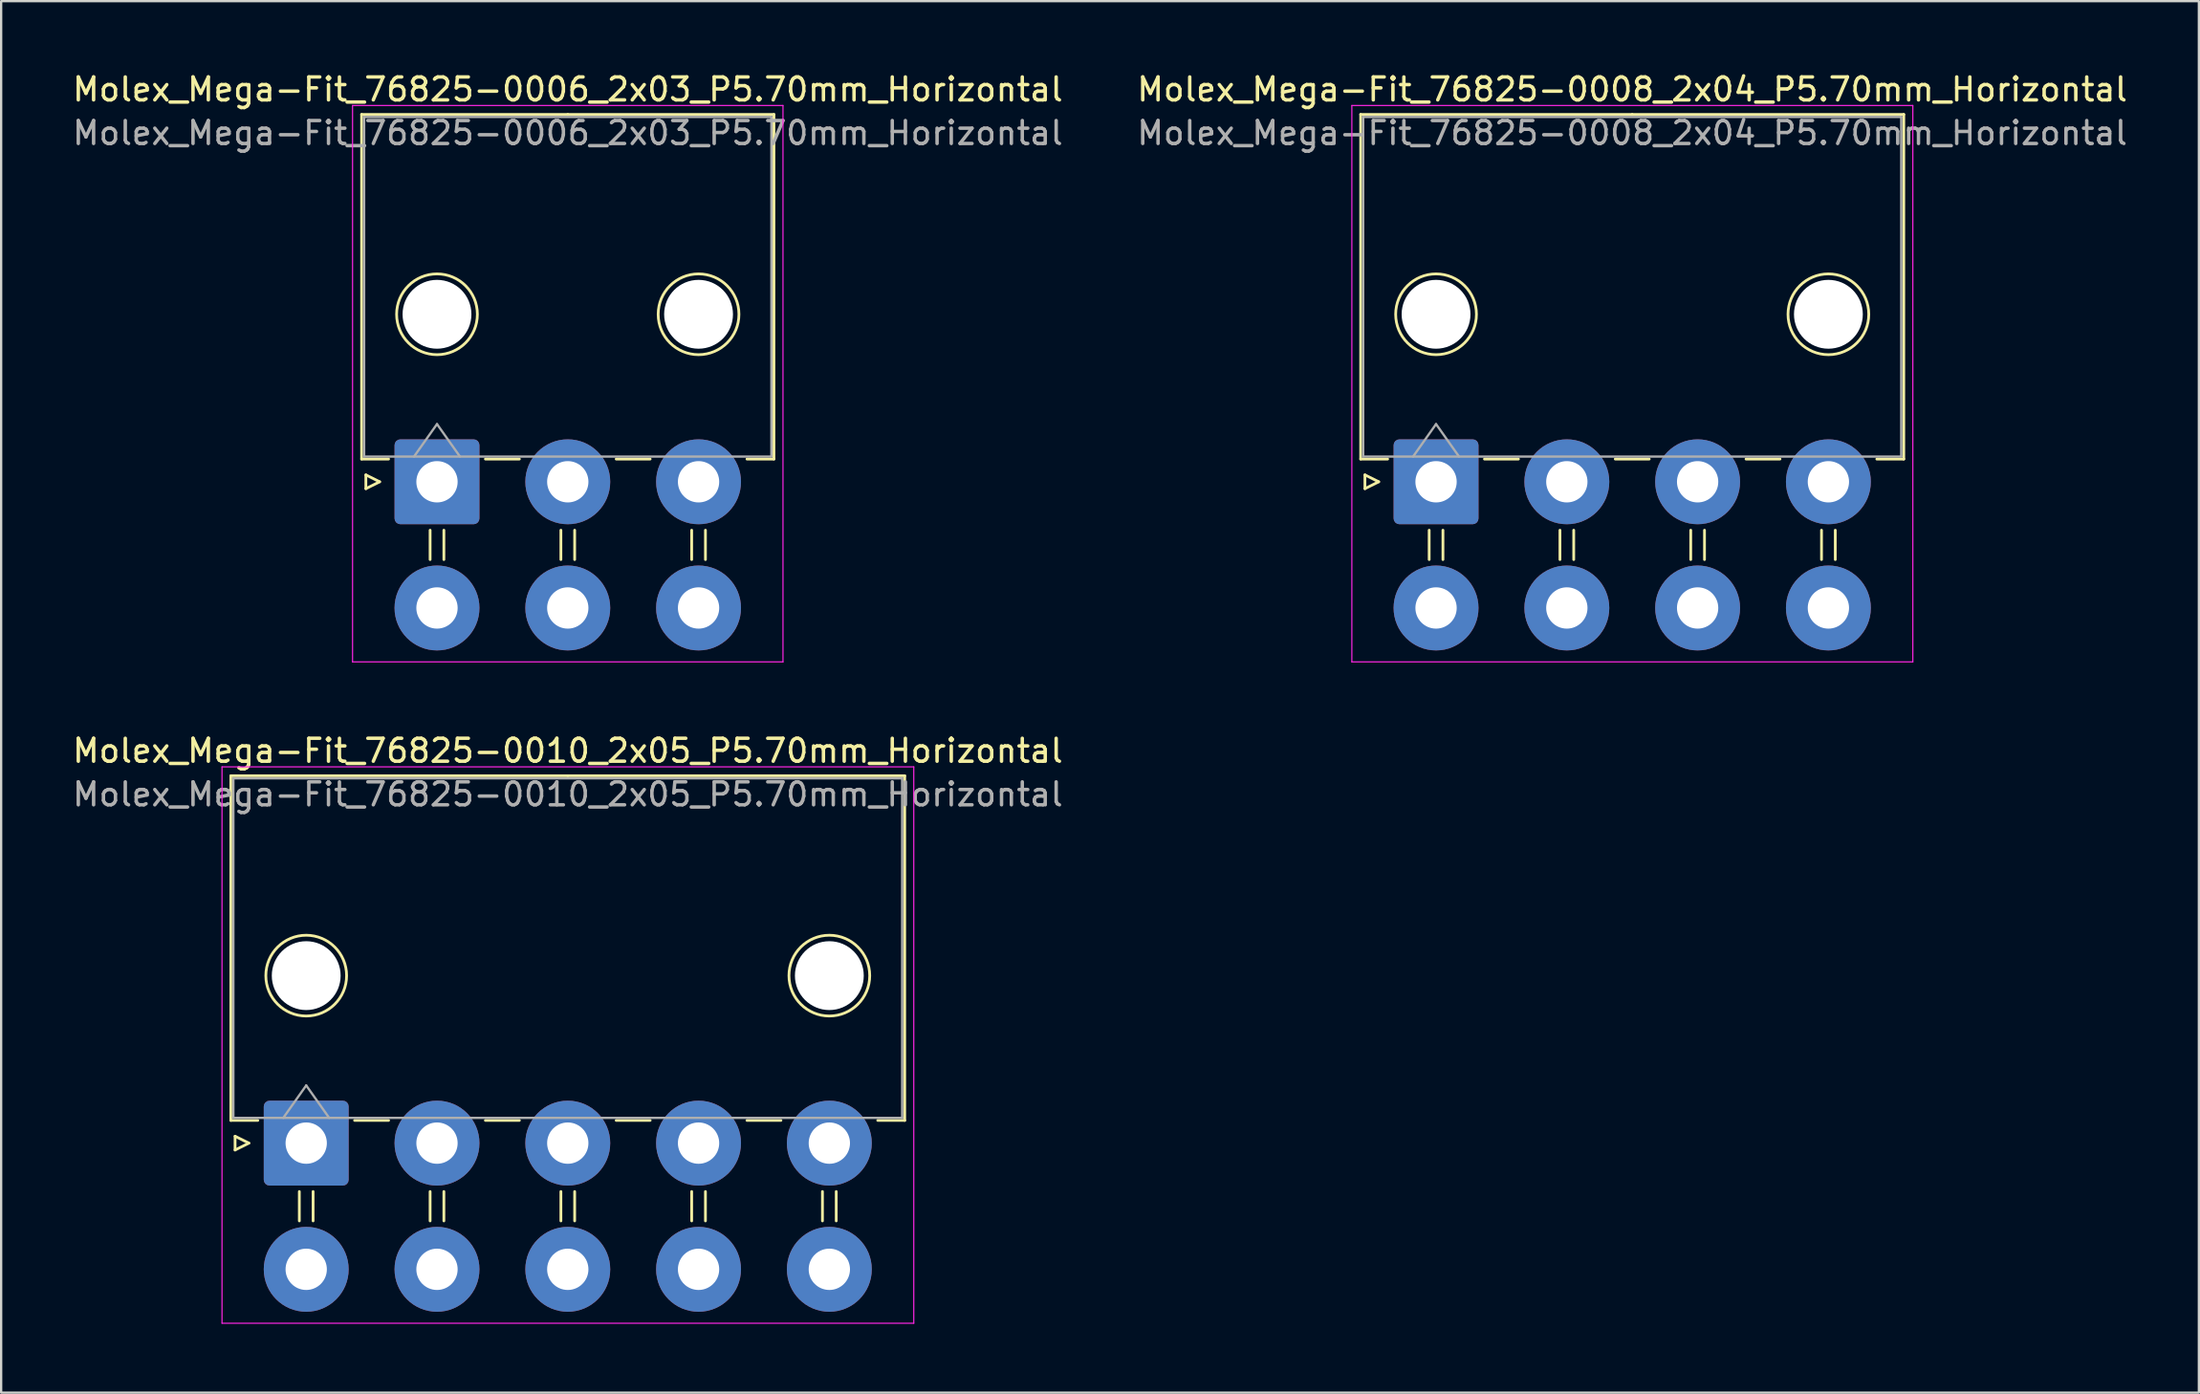
<source format=kicad_pcb>
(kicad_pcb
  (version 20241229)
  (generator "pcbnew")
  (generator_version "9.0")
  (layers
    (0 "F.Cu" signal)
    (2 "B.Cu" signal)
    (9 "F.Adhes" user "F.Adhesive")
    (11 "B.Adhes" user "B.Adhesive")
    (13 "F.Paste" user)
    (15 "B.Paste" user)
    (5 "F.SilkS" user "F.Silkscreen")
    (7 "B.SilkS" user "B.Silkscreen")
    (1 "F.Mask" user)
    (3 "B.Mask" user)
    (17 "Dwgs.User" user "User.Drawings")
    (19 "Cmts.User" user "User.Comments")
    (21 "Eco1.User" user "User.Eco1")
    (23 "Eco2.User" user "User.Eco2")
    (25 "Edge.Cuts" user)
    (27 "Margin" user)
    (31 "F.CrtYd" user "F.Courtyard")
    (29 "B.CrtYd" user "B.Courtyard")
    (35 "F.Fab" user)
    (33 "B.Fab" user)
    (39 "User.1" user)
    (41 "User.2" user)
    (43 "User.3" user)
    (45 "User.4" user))
  (footprint "Molex_Mega-Fit_76825-0006_2x03_P5.70mm_Horizontal"
    (layer "F.Cu")
    (at 15.996 17.948)
    (property "Reference" "Molex_Mega-Fit_76825-0006_2x03_P5.70mm_Horizontal" (at 5.7 -17.1 0) (layer "F.SilkS") (effects (font (size 1 1) (thickness 0.15))))
    (attr through_hole)
    (fp_line (start -3.285 -16.01) (end -3.285 -0.99) (stroke (width 0.12) (type solid)) (layer "F.SilkS"))
    (fp_line (start -3.285 -0.99) (end -2.11 -0.99) (stroke (width 0.12) (type solid)) (layer "F.SilkS"))
    (fp_line (start -3.1 -0.3) (end -2.5 0) (stroke (width 0.12) (type solid)) (layer "F.SilkS"))
    (fp_line (start -3.1 0.3) (end -3.1 -0.3) (stroke (width 0.12) (type solid)) (layer "F.SilkS"))
    (fp_line (start -2.5 0) (end -3.1 0.3) (stroke (width 0.12) (type solid)) (layer "F.SilkS"))
    (fp_line (start -0.3 2.11) (end -0.3 3.39) (stroke (width 0.12) (type solid)) (layer "F.SilkS"))
    (fp_line (start 0.3 2.11) (end 0.3 3.39) (stroke (width 0.12) (type solid)) (layer "F.SilkS"))
    (fp_line (start 2.11 -0.99) (end 3.59 -0.99) (stroke (width 0.12) (type solid)) (layer "F.SilkS"))
    (fp_line (start 5.4 2.11) (end 5.4 3.39) (stroke (width 0.12) (type solid)) (layer "F.SilkS"))
    (fp_line (start 5.7 -16.01) (end -3.285 -16.01) (stroke (width 0.12) (type solid)) (layer "F.SilkS"))
    (fp_line (start 5.7 -16.01) (end 14.685 -16.01) (stroke (width 0.12) (type solid)) (layer "F.SilkS"))
    (fp_line (start 6 2.11) (end 6 3.39) (stroke (width 0.12) (type solid)) (layer "F.SilkS"))
    (fp_line (start 7.81 -0.99) (end 9.29 -0.99) (stroke (width 0.12) (type solid)) (layer "F.SilkS"))
    (fp_line (start 11.1 2.11) (end 11.1 3.39) (stroke (width 0.12) (type solid)) (layer "F.SilkS"))
    (fp_line (start 11.7 2.11) (end 11.7 3.39) (stroke (width 0.12) (type solid)) (layer "F.SilkS"))
    (fp_line (start 14.685 -16.01) (end 14.685 -0.99) (stroke (width 0.12) (type solid)) (layer "F.SilkS"))
    (fp_line (start 14.685 -0.99) (end 13.51 -0.99) (stroke (width 0.12) (type solid)) (layer "F.SilkS"))
    (fp_circle (center 0 -7.3) (end 1.76 -7.3) (stroke (width 0.12) (type solid)) (fill no) (layer "F.SilkS"))
    (fp_circle (center 11.4 -7.3) (end 13.16 -7.3) (stroke (width 0.12) (type solid)) (fill no) (layer "F.SilkS"))
    (fp_line (start -3.68 -16.4) (end -3.68 7.85) (stroke (width 0.05) (type solid)) (layer "F.CrtYd"))
    (fp_line (start -3.68 7.85) (end 15.08 7.85) (stroke (width 0.05) (type solid)) (layer "F.CrtYd"))
    (fp_line (start 15.08 -16.4) (end -3.68 -16.4) (stroke (width 0.05) (type solid)) (layer "F.CrtYd"))
    (fp_line (start 15.08 7.85) (end 15.08 -16.4) (stroke (width 0.05) (type solid)) (layer "F.CrtYd"))
    (fp_line (start -3.175 -15.9) (end -3.175 -1.1) (stroke (width 0.1) (type solid)) (layer "F.Fab"))
    (fp_line (start -3.175 -1.1) (end 14.575 -1.1) (stroke (width 0.1) (type solid)) (layer "F.Fab"))
    (fp_line (start -1 -1.1) (end 0 -2.514) (stroke (width 0.1) (type solid)) (layer "F.Fab"))
    (fp_line (start 0 -2.514) (end 1 -1.1) (stroke (width 0.1) (type solid)) (layer "F.Fab"))
    (fp_line (start 14.575 -15.9) (end -3.175 -15.9) (stroke (width 0.1) (type solid)) (layer "F.Fab"))
    (fp_line (start 14.575 -1.1) (end 14.575 -15.9) (stroke (width 0.1) (type solid)) (layer "F.Fab"))
    (fp_text user "${REFERENCE}" (at 5.7 -15.2 0) (layer "F.Fab") (effects (font (size 1 1) (thickness 0.15))))
    (pad "" np_thru_hole circle (at 0 -7.3) (size 3 3) (drill 3) (layers "*.Cu" "*.Mask"))
    (pad "" np_thru_hole circle (at 11.4 -7.3) (size 3 3) (drill 3) (layers "*.Cu" "*.Mask"))
    (pad "1" thru_hole roundrect (at 0 0) (size 3.7 3.7) (drill 1.8) (layers "*.Cu" "*.Mask") (roundrect_rratio 0.068))
    (pad "2" thru_hole circle (at 5.7 0) (size 3.7 3.7) (drill 1.8) (layers "*.Cu" "*.Mask"))
    (pad "3" thru_hole circle (at 11.4 0) (size 3.7 3.7) (drill 1.8) (layers "*.Cu" "*.Mask"))
    (pad "4" thru_hole circle (at 0 5.5) (size 3.7 3.7) (drill 1.8) (layers "*.Cu" "*.Mask"))
    (pad "5" thru_hole circle (at 5.7 5.5) (size 3.7 3.7) (drill 1.8) (layers "*.Cu" "*.Mask"))
    (pad "6" thru_hole circle (at 11.4 5.5) (size 3.7 3.7) (drill 1.8) (layers "*.Cu" "*.Mask")))
  (footprint "Molex_Mega-Fit_76825-0010_2x05_P5.70mm_Horizontal"
    (layer "F.Cu")
    (at 10.296 46.772)
    (property "Reference" "Molex_Mega-Fit_76825-0010_2x05_P5.70mm_Horizontal" (at 11.4 -17.1 0) (layer "F.SilkS") (effects (font (size 1 1) (thickness 0.15))))
    (attr through_hole)
    (fp_line (start -3.285 -16.01) (end -3.285 -0.99) (stroke (width 0.12) (type solid)) (layer "F.SilkS"))
    (fp_line (start -3.285 -0.99) (end -2.11 -0.99) (stroke (width 0.12) (type solid)) (layer "F.SilkS"))
    (fp_line (start -3.1 -0.3) (end -2.5 0) (stroke (width 0.12) (type solid)) (layer "F.SilkS"))
    (fp_line (start -3.1 0.3) (end -3.1 -0.3) (stroke (width 0.12) (type solid)) (layer "F.SilkS"))
    (fp_line (start -2.5 0) (end -3.1 0.3) (stroke (width 0.12) (type solid)) (layer "F.SilkS"))
    (fp_line (start -0.3 2.11) (end -0.3 3.39) (stroke (width 0.12) (type solid)) (layer "F.SilkS"))
    (fp_line (start 0.3 2.11) (end 0.3 3.39) (stroke (width 0.12) (type solid)) (layer "F.SilkS"))
    (fp_line (start 2.11 -0.99) (end 3.59 -0.99) (stroke (width 0.12) (type solid)) (layer "F.SilkS"))
    (fp_line (start 5.4 2.11) (end 5.4 3.39) (stroke (width 0.12) (type solid)) (layer "F.SilkS"))
    (fp_line (start 6 2.11) (end 6 3.39) (stroke (width 0.12) (type solid)) (layer "F.SilkS"))
    (fp_line (start 7.81 -0.99) (end 9.29 -0.99) (stroke (width 0.12) (type solid)) (layer "F.SilkS"))
    (fp_line (start 11.1 2.11) (end 11.1 3.39) (stroke (width 0.12) (type solid)) (layer "F.SilkS"))
    (fp_line (start 11.4 -16.01) (end -3.285 -16.01) (stroke (width 0.12) (type solid)) (layer "F.SilkS"))
    (fp_line (start 11.4 -16.01) (end 26.085 -16.01) (stroke (width 0.12) (type solid)) (layer "F.SilkS"))
    (fp_line (start 11.7 2.11) (end 11.7 3.39) (stroke (width 0.12) (type solid)) (layer "F.SilkS"))
    (fp_line (start 13.51 -0.99) (end 14.99 -0.99) (stroke (width 0.12) (type solid)) (layer "F.SilkS"))
    (fp_line (start 16.8 2.11) (end 16.8 3.39) (stroke (width 0.12) (type solid)) (layer "F.SilkS"))
    (fp_line (start 17.4 2.11) (end 17.4 3.39) (stroke (width 0.12) (type solid)) (layer "F.SilkS"))
    (fp_line (start 19.21 -0.99) (end 20.69 -0.99) (stroke (width 0.12) (type solid)) (layer "F.SilkS"))
    (fp_line (start 22.5 2.11) (end 22.5 3.39) (stroke (width 0.12) (type solid)) (layer "F.SilkS"))
    (fp_line (start 23.1 2.11) (end 23.1 3.39) (stroke (width 0.12) (type solid)) (layer "F.SilkS"))
    (fp_line (start 26.085 -16.01) (end 26.085 -0.99) (stroke (width 0.12) (type solid)) (layer "F.SilkS"))
    (fp_line (start 26.085 -0.99) (end 24.91 -0.99) (stroke (width 0.12) (type solid)) (layer "F.SilkS"))
    (fp_circle (center 0 -7.3) (end 1.76 -7.3) (stroke (width 0.12) (type solid)) (fill no) (layer "F.SilkS"))
    (fp_circle (center 22.8 -7.3) (end 24.56 -7.3) (stroke (width 0.12) (type solid)) (fill no) (layer "F.SilkS"))
    (fp_line (start -3.67 -16.4) (end -3.67 7.85) (stroke (width 0.05) (type solid)) (layer "F.CrtYd"))
    (fp_line (start -3.67 7.85) (end 26.48 7.85) (stroke (width 0.05) (type solid)) (layer "F.CrtYd"))
    (fp_line (start 26.48 -16.4) (end -3.67 -16.4) (stroke (width 0.05) (type solid)) (layer "F.CrtYd"))
    (fp_line (start 26.48 7.85) (end 26.48 -16.4) (stroke (width 0.05) (type solid)) (layer "F.CrtYd"))
    (fp_line (start -3.175 -15.9) (end -3.175 -1.1) (stroke (width 0.1) (type solid)) (layer "F.Fab"))
    (fp_line (start -3.175 -1.1) (end 25.975 -1.1) (stroke (width 0.1) (type solid)) (layer "F.Fab"))
    (fp_line (start -1 -1.1) (end 0 -2.514) (stroke (width 0.1) (type solid)) (layer "F.Fab"))
    (fp_line (start 0 -2.514) (end 1 -1.1) (stroke (width 0.1) (type solid)) (layer "F.Fab"))
    (fp_line (start 25.975 -15.9) (end -3.175 -15.9) (stroke (width 0.1) (type solid)) (layer "F.Fab"))
    (fp_line (start 25.975 -1.1) (end 25.975 -15.9) (stroke (width 0.1) (type solid)) (layer "F.Fab"))
    (fp_text user "${REFERENCE}" (at 11.4 -15.2 0) (layer "F.Fab") (effects (font (size 1 1) (thickness 0.15))))
    (pad "" np_thru_hole circle (at 0 -7.3) (size 3 3) (drill 3) (layers "*.Cu" "*.Mask"))
    (pad "" np_thru_hole circle (at 22.8 -7.3) (size 3 3) (drill 3) (layers "*.Cu" "*.Mask"))
    (pad "1" thru_hole roundrect (at 0 0) (size 3.7 3.7) (drill 1.8) (layers "*.Cu" "*.Mask") (roundrect_rratio 0.068))
    (pad "2" thru_hole circle (at 5.7 0) (size 3.7 3.7) (drill 1.8) (layers "*.Cu" "*.Mask"))
    (pad "3" thru_hole circle (at 11.4 0) (size 3.7 3.7) (drill 1.8) (layers "*.Cu" "*.Mask"))
    (pad "4" thru_hole circle (at 17.1 0) (size 3.7 3.7) (drill 1.8) (layers "*.Cu" "*.Mask"))
    (pad "5" thru_hole circle (at 22.8 0) (size 3.7 3.7) (drill 1.8) (layers "*.Cu" "*.Mask"))
    (pad "6" thru_hole circle (at 0 5.5) (size 3.7 3.7) (drill 1.8) (layers "*.Cu" "*.Mask"))
    (pad "7" thru_hole circle (at 5.7 5.5) (size 3.7 3.7) (drill 1.8) (layers "*.Cu" "*.Mask"))
    (pad "8" thru_hole circle (at 11.4 5.5) (size 3.7 3.7) (drill 1.8) (layers "*.Cu" "*.Mask"))
    (pad "9" thru_hole circle (at 17.1 5.5) (size 3.7 3.7) (drill 1.8) (layers "*.Cu" "*.Mask"))
    (pad "10" thru_hole circle (at 22.8 5.5) (size 3.7 3.7) (drill 1.8) (layers "*.Cu" "*.Mask")))
  (footprint "Molex_Mega-Fit_76825-0008_2x04_P5.70mm_Horizontal"
    (layer "F.Cu")
    (at 59.539 17.948)
    (property "Reference" "Molex_Mega-Fit_76825-0008_2x04_P5.70mm_Horizontal" (at 8.55 -17.1 0) (layer "F.SilkS") (effects (font (size 1 1) (thickness 0.15))))
    (attr through_hole)
    (fp_line (start -3.285 -16.01) (end -3.285 -0.99) (stroke (width 0.12) (type solid)) (layer "F.SilkS"))
    (fp_line (start -3.285 -0.99) (end -2.11 -0.99) (stroke (width 0.12) (type solid)) (layer "F.SilkS"))
    (fp_line (start -3.1 -0.3) (end -2.5 0) (stroke (width 0.12) (type solid)) (layer "F.SilkS"))
    (fp_line (start -3.1 0.3) (end -3.1 -0.3) (stroke (width 0.12) (type solid)) (layer "F.SilkS"))
    (fp_line (start -2.5 0) (end -3.1 0.3) (stroke (width 0.12) (type solid)) (layer "F.SilkS"))
    (fp_line (start -0.3 2.11) (end -0.3 3.39) (stroke (width 0.12) (type solid)) (layer "F.SilkS"))
    (fp_line (start 0.3 2.11) (end 0.3 3.39) (stroke (width 0.12) (type solid)) (layer "F.SilkS"))
    (fp_line (start 2.11 -0.99) (end 3.59 -0.99) (stroke (width 0.12) (type solid)) (layer "F.SilkS"))
    (fp_line (start 5.4 2.11) (end 5.4 3.39) (stroke (width 0.12) (type solid)) (layer "F.SilkS"))
    (fp_line (start 6 2.11) (end 6 3.39) (stroke (width 0.12) (type solid)) (layer "F.SilkS"))
    (fp_line (start 7.81 -0.99) (end 9.29 -0.99) (stroke (width 0.12) (type solid)) (layer "F.SilkS"))
    (fp_line (start 8.55 -16.01) (end -3.285 -16.01) (stroke (width 0.12) (type solid)) (layer "F.SilkS"))
    (fp_line (start 8.55 -16.01) (end 20.385 -16.01) (stroke (width 0.12) (type solid)) (layer "F.SilkS"))
    (fp_line (start 11.1 2.11) (end 11.1 3.39) (stroke (width 0.12) (type solid)) (layer "F.SilkS"))
    (fp_line (start 11.7 2.11) (end 11.7 3.39) (stroke (width 0.12) (type solid)) (layer "F.SilkS"))
    (fp_line (start 13.51 -0.99) (end 14.99 -0.99) (stroke (width 0.12) (type solid)) (layer "F.SilkS"))
    (fp_line (start 16.8 2.11) (end 16.8 3.39) (stroke (width 0.12) (type solid)) (layer "F.SilkS"))
    (fp_line (start 17.4 2.11) (end 17.4 3.39) (stroke (width 0.12) (type solid)) (layer "F.SilkS"))
    (fp_line (start 20.385 -16.01) (end 20.385 -0.99) (stroke (width 0.12) (type solid)) (layer "F.SilkS"))
    (fp_line (start 20.385 -0.99) (end 19.21 -0.99) (stroke (width 0.12) (type solid)) (layer "F.SilkS"))
    (fp_circle (center 0 -7.3) (end 1.76 -7.3) (stroke (width 0.12) (type solid)) (fill no) (layer "F.SilkS"))
    (fp_circle (center 17.1 -7.3) (end 18.86 -7.3) (stroke (width 0.12) (type solid)) (fill no) (layer "F.SilkS"))
    (fp_line (start -3.67 -16.4) (end -3.67 7.85) (stroke (width 0.05) (type solid)) (layer "F.CrtYd"))
    (fp_line (start -3.67 7.85) (end 20.78 7.85) (stroke (width 0.05) (type solid)) (layer "F.CrtYd"))
    (fp_line (start 20.78 -16.4) (end -3.67 -16.4) (stroke (width 0.05) (type solid)) (layer "F.CrtYd"))
    (fp_line (start 20.78 7.85) (end 20.78 -16.4) (stroke (width 0.05) (type solid)) (layer "F.CrtYd"))
    (fp_line (start -3.175 -15.9) (end -3.175 -1.1) (stroke (width 0.1) (type solid)) (layer "F.Fab"))
    (fp_line (start -3.175 -1.1) (end 20.275 -1.1) (stroke (width 0.1) (type solid)) (layer "F.Fab"))
    (fp_line (start -1 -1.1) (end 0 -2.514) (stroke (width 0.1) (type solid)) (layer "F.Fab"))
    (fp_line (start 0 -2.514) (end 1 -1.1) (stroke (width 0.1) (type solid)) (layer "F.Fab"))
    (fp_line (start 20.275 -15.9) (end -3.175 -15.9) (stroke (width 0.1) (type solid)) (layer "F.Fab"))
    (fp_line (start 20.275 -1.1) (end 20.275 -15.9) (stroke (width 0.1) (type solid)) (layer "F.Fab"))
    (fp_text user "${REFERENCE}" (at 8.55 -15.2 0) (layer "F.Fab") (effects (font (size 1 1) (thickness 0.15))))
    (pad "" np_thru_hole circle (at 0 -7.3) (size 3 3) (drill 3) (layers "*.Cu" "*.Mask"))
    (pad "" np_thru_hole circle (at 17.1 -7.3) (size 3 3) (drill 3) (layers "*.Cu" "*.Mask"))
    (pad "1" thru_hole roundrect (at 0 0) (size 3.7 3.7) (drill 1.8) (layers "*.Cu" "*.Mask") (roundrect_rratio 0.068))
    (pad "2" thru_hole circle (at 5.7 0) (size 3.7 3.7) (drill 1.8) (layers "*.Cu" "*.Mask"))
    (pad "3" thru_hole circle (at 11.4 0) (size 3.7 3.7) (drill 1.8) (layers "*.Cu" "*.Mask"))
    (pad "4" thru_hole circle (at 17.1 0) (size 3.7 3.7) (drill 1.8) (layers "*.Cu" "*.Mask"))
    (pad "5" thru_hole circle (at 0 5.5) (size 3.7 3.7) (drill 1.8) (layers "*.Cu" "*.Mask"))
    (pad "6" thru_hole circle (at 5.7 5.5) (size 3.7 3.7) (drill 1.8) (layers "*.Cu" "*.Mask"))
    (pad "7" thru_hole circle (at 11.4 5.5) (size 3.7 3.7) (drill 1.8) (layers "*.Cu" "*.Mask"))
    (pad "8" thru_hole circle (at 17.1 5.5) (size 3.7 3.7) (drill 1.8) (layers "*.Cu" "*.Mask")))
  (gr_rect
    (start -3 -3)
    (end 92.786 57.647)
    (stroke (width 0.1) (type default))
    (fill no)
    (layer "Edge.Cuts")))
</source>
